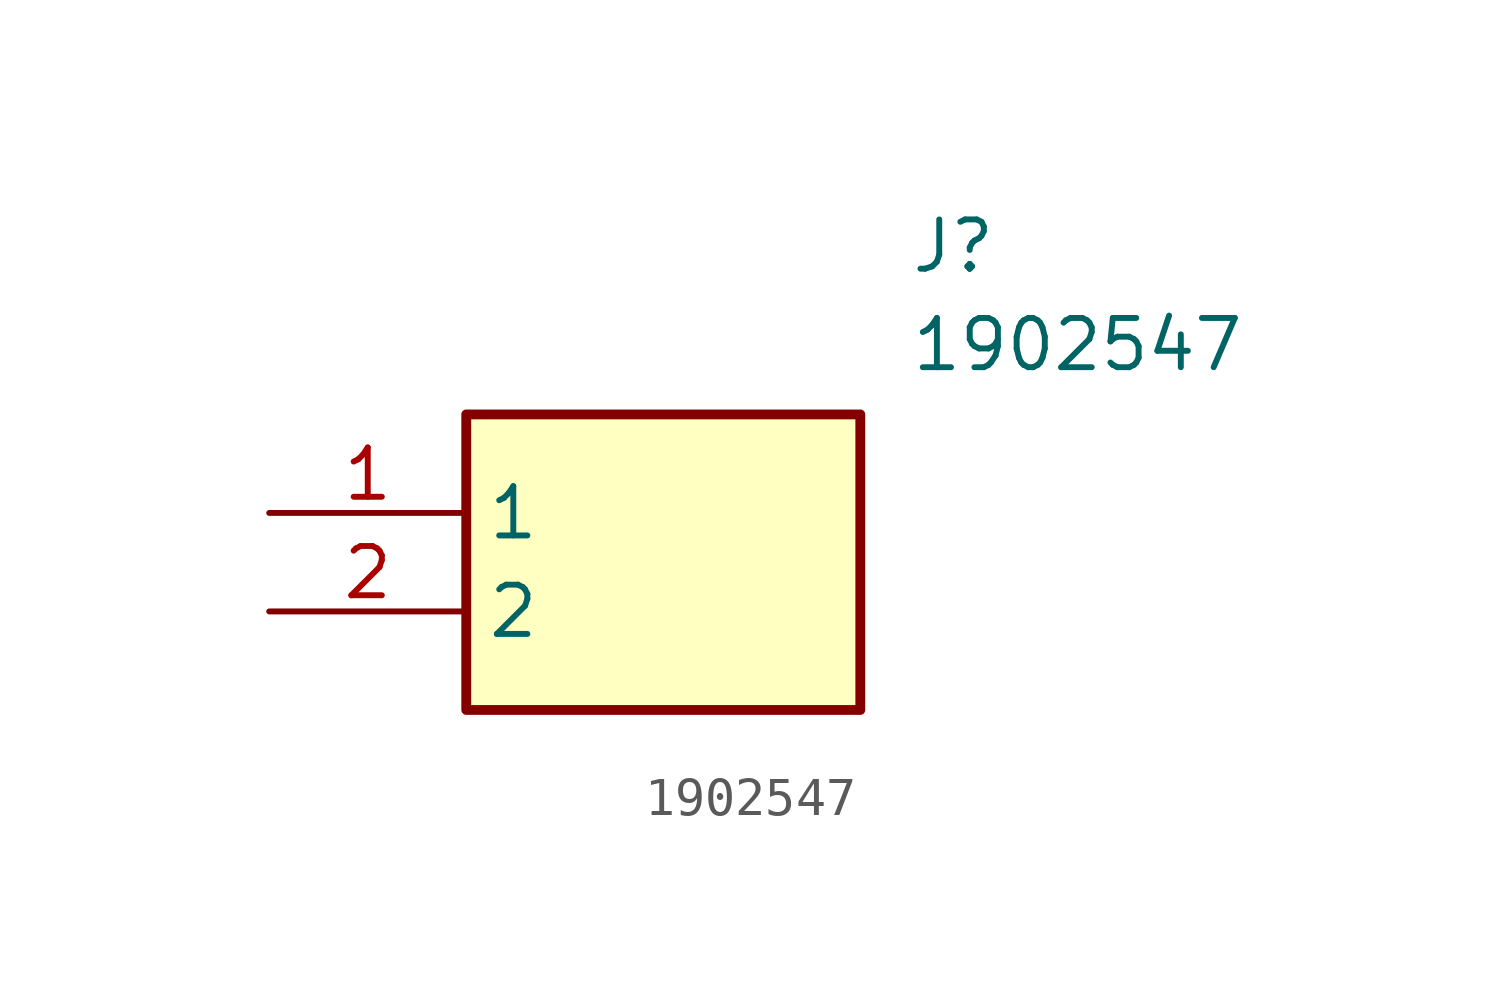
<source format=kicad_sym>
(kicad_symbol_lib
  (version 20211014)
  (generator SamacSys_ECAD_Model)
  (symbol "1902547"
    (property "Reference" "J"
      (at 16.51 7.62 0)
      (effects (font (size 1.27 1.27)) (justify left top)))
    (property "Value" "1902547"
      (at 16.51 5.08 0)
      (effects (font (size 1.27 1.27)) (justify left top)))
    (rectangle
      (start 5.08 2.54)
      (end 15.24 -5.08)
      (stroke (width 0.254) (type default))
      (fill (type background)))
    (pin passive line
      (at 0 0 0)
      (length 5.08)
      (name "1" (effects (font (size 1.27 1.27))))
      (number "1" (effects (font (size 1.27 1.27)))))
    (pin passive line
      (at 0 -2.54 0)
      (length 5.08)
      (name "2" (effects (font (size 1.27 1.27))))
      (number "2" (effects (font (size 1.27 1.27)))))))
</source>
